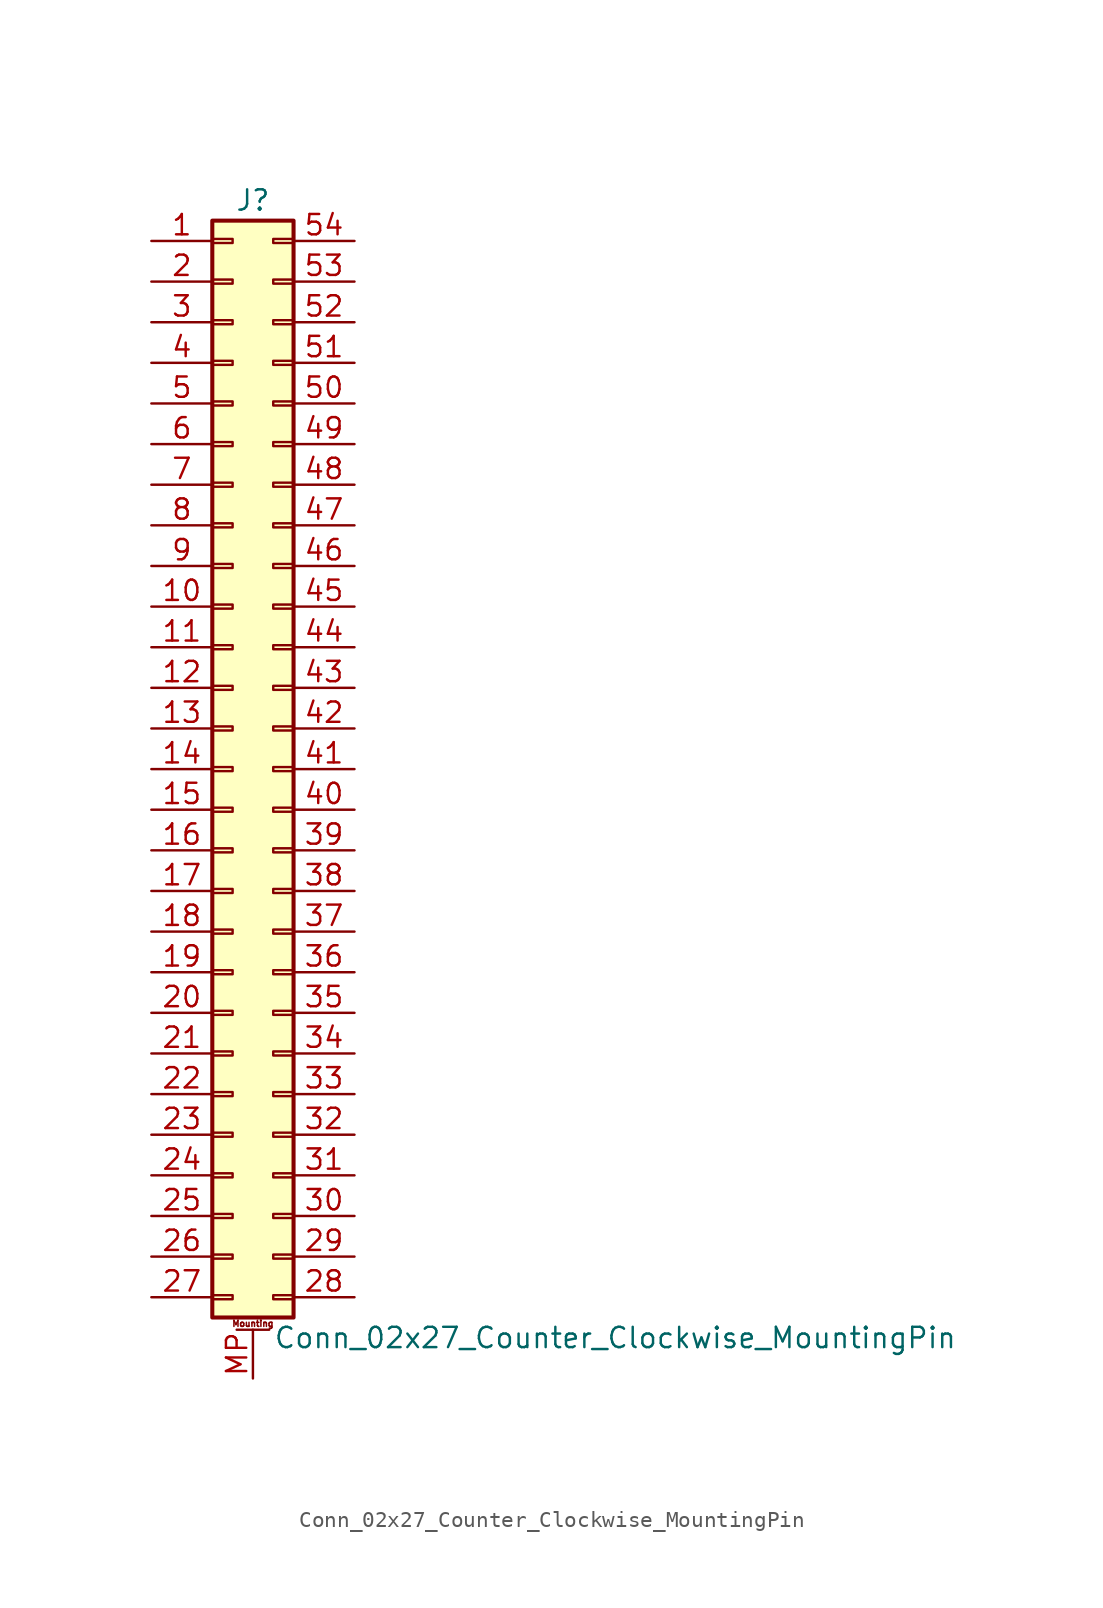
<source format=kicad_sym>
(kicad_symbol_lib
  (version 20201005)
  (generator kicad_symbol_editor)
  (symbol "Connector_Generic_MountingPin:Conn_02x27_Counter_Clockwise_MountingPin"
    (pin_names
      (offset 1.016) hide)
    (property "Reference" "J"
      (at 1.27 35.56 0)
      (effects (font (size 1.27 1.27))))
    (property "Value" "Conn_02x27_Counter_Clockwise_MountingPin"
      (at 2.54 -35.56 0)
      (effects (font (size 1.27 1.27)) (justify left)))
    (symbol "Conn_02x27_Counter_Clockwise_MountingPin_1_1"
      (text "Mounting" (at 1.27 -34.671 0) (effects (font (size 0.381 0.381))))
      (rectangle (start -1.27 -27.813) (end 0 -28.067) (stroke (width 0.152)) (fill (type none)))
      (rectangle (start -1.27 -30.353) (end 0 -30.607) (stroke (width 0.152)) (fill (type none)))
      (rectangle (start -1.27 -32.893) (end 0 -33.147) (stroke (width 0.152)) (fill (type none)))
      (rectangle (start -1.27 -4.953) (end 0 -5.207) (stroke (width 0.152)) (fill (type none)))
      (rectangle (start -1.27 -7.493) (end 0 -7.747) (stroke (width 0.152)) (fill (type none)))
      (rectangle (start -1.27 -10.033) (end 0 -10.287) (stroke (width 0.152)) (fill (type none)))
      (rectangle (start -1.27 -12.573) (end 0 -12.827) (stroke (width 0.152)) (fill (type none)))
      (rectangle (start -1.27 -15.113) (end 0 -15.367) (stroke (width 0.152)) (fill (type none)))
      (rectangle (start -1.27 -17.653) (end 0 -17.907) (stroke (width 0.152)) (fill (type none)))
      (rectangle (start -1.27 -20.193) (end 0 -20.447) (stroke (width 0.152)) (fill (type none)))
      (rectangle (start -1.27 -22.733) (end 0 -22.987) (stroke (width 0.152)) (fill (type none)))
      (rectangle (start -1.27 -2.413) (end 0 -2.667) (stroke (width 0.152)) (fill (type none)))
      (rectangle (start -1.27 -25.273) (end 0 -25.527) (stroke (width 0.152)) (fill (type none)))
      (rectangle (start -1.27 25.527) (end 0 25.273) (stroke (width 0.152)) (fill (type none)))
      (rectangle (start -1.27 2.667) (end 0 2.413) (stroke (width 0.152)) (fill (type none)))
      (rectangle (start -1.27 28.067) (end 0 27.813) (stroke (width 0.152)) (fill (type none)))
      (rectangle (start -1.27 30.607) (end 0 30.353) (stroke (width 0.152)) (fill (type none)))
      (rectangle (start -1.27 33.147) (end 0 32.893) (stroke (width 0.152)) (fill (type none)))
      (rectangle (start -1.27 34.29) (end 3.81 -34.29) (stroke (width 0.254)) (fill (type background)))
      (rectangle (start -1.27 5.207) (end 0 4.953) (stroke (width 0.152)) (fill (type none)))
      (rectangle (start -1.27 7.747) (end 0 7.493) (stroke (width 0.152)) (fill (type none)))
      (rectangle (start -1.27 10.287) (end 0 10.033) (stroke (width 0.152)) (fill (type none)))
      (rectangle (start -1.27 0.127) (end 0 -0.127) (stroke (width 0.152)) (fill (type none)))
      (rectangle (start -1.27 12.827) (end 0 12.573) (stroke (width 0.152)) (fill (type none)))
      (rectangle (start -1.27 15.367) (end 0 15.113) (stroke (width 0.152)) (fill (type none)))
      (rectangle (start -1.27 17.907) (end 0 17.653) (stroke (width 0.152)) (fill (type none)))
      (rectangle (start -1.27 20.447) (end 0 20.193) (stroke (width 0.152)) (fill (type none)))
      (rectangle (start -1.27 22.987) (end 0 22.733) (stroke (width 0.152)) (fill (type none)))
      (rectangle (start 3.81 -27.813) (end 2.54 -28.067) (stroke (width 0.152)) (fill (type none)))
      (rectangle (start 3.81 -30.353) (end 2.54 -30.607) (stroke (width 0.152)) (fill (type none)))
      (rectangle (start 3.81 -32.893) (end 2.54 -33.147) (stroke (width 0.152)) (fill (type none)))
      (rectangle (start 3.81 -4.953) (end 2.54 -5.207) (stroke (width 0.152)) (fill (type none)))
      (rectangle (start 3.81 -7.493) (end 2.54 -7.747) (stroke (width 0.152)) (fill (type none)))
      (rectangle (start 3.81 -10.033) (end 2.54 -10.287) (stroke (width 0.152)) (fill (type none)))
      (rectangle (start 3.81 -12.573) (end 2.54 -12.827) (stroke (width 0.152)) (fill (type none)))
      (rectangle (start 3.81 -15.113) (end 2.54 -15.367) (stroke (width 0.152)) (fill (type none)))
      (rectangle (start 3.81 -17.653) (end 2.54 -17.907) (stroke (width 0.152)) (fill (type none)))
      (rectangle (start 3.81 -20.193) (end 2.54 -20.447) (stroke (width 0.152)) (fill (type none)))
      (rectangle (start 3.81 -22.733) (end 2.54 -22.987) (stroke (width 0.152)) (fill (type none)))
      (rectangle (start 3.81 -2.413) (end 2.54 -2.667) (stroke (width 0.152)) (fill (type none)))
      (rectangle (start 3.81 -25.273) (end 2.54 -25.527) (stroke (width 0.152)) (fill (type none)))
      (rectangle (start 3.81 25.527) (end 2.54 25.273) (stroke (width 0.152)) (fill (type none)))
      (rectangle (start 3.81 2.667) (end 2.54 2.413) (stroke (width 0.152)) (fill (type none)))
      (rectangle (start 3.81 28.067) (end 2.54 27.813) (stroke (width 0.152)) (fill (type none)))
      (rectangle (start 3.81 30.607) (end 2.54 30.353) (stroke (width 0.152)) (fill (type none)))
      (rectangle (start 3.81 33.147) (end 2.54 32.893) (stroke (width 0.152)) (fill (type none)))
      (rectangle (start 3.81 5.207) (end 2.54 4.953) (stroke (width 0.152)) (fill (type none)))
      (rectangle (start 3.81 7.747) (end 2.54 7.493) (stroke (width 0.152)) (fill (type none)))
      (rectangle (start 3.81 10.287) (end 2.54 10.033) (stroke (width 0.152)) (fill (type none)))
      (rectangle (start 3.81 0.127) (end 2.54 -0.127) (stroke (width 0.152)) (fill (type none)))
      (rectangle (start 3.81 12.827) (end 2.54 12.573) (stroke (width 0.152)) (fill (type none)))
      (rectangle (start 3.81 15.367) (end 2.54 15.113) (stroke (width 0.152)) (fill (type none)))
      (rectangle (start 3.81 17.907) (end 2.54 17.653) (stroke (width 0.152)) (fill (type none)))
      (rectangle (start 3.81 20.447) (end 2.54 20.193) (stroke (width 0.152)) (fill (type none)))
      (rectangle (start 3.81 22.987) (end 2.54 22.733) (stroke (width 0.152)) (fill (type none)))
      (polyline (pts (xy 0.254 -35.052) (xy 2.286 -35.052)) (stroke (width 0.152)) (fill (type none)))
      (pin passive line (at 1.27 -38.1 90) (length 3.048) (name "MountPin" (effects (font (size 1.27 1.27)))) (number "MP" (effects (font (size 1.27 1.27)))))
      (pin passive line (at -5.08 33.02 0) (length 3.81) (name "Pin_1" (effects (font (size 1.27 1.27)))) (number "1" (effects (font (size 1.27 1.27)))))
      (pin passive line (at -5.08 10.16 0) (length 3.81) (name "Pin_10" (effects (font (size 1.27 1.27)))) (number "10" (effects (font (size 1.27 1.27)))))
      (pin passive line (at -5.08 7.62 0) (length 3.81) (name "Pin_11" (effects (font (size 1.27 1.27)))) (number "11" (effects (font (size 1.27 1.27)))))
      (pin passive line (at -5.08 5.08 0) (length 3.81) (name "Pin_12" (effects (font (size 1.27 1.27)))) (number "12" (effects (font (size 1.27 1.27)))))
      (pin passive line (at -5.08 2.54 0) (length 3.81) (name "Pin_13" (effects (font (size 1.27 1.27)))) (number "13" (effects (font (size 1.27 1.27)))))
      (pin passive line (at -5.08 0 0) (length 3.81) (name "Pin_14" (effects (font (size 1.27 1.27)))) (number "14" (effects (font (size 1.27 1.27)))))
      (pin passive line (at -5.08 -2.54 0) (length 3.81) (name "Pin_15" (effects (font (size 1.27 1.27)))) (number "15" (effects (font (size 1.27 1.27)))))
      (pin passive line (at -5.08 -5.08 0) (length 3.81) (name "Pin_16" (effects (font (size 1.27 1.27)))) (number "16" (effects (font (size 1.27 1.27)))))
      (pin passive line (at -5.08 -7.62 0) (length 3.81) (name "Pin_17" (effects (font (size 1.27 1.27)))) (number "17" (effects (font (size 1.27 1.27)))))
      (pin passive line (at -5.08 -10.16 0) (length 3.81) (name "Pin_18" (effects (font (size 1.27 1.27)))) (number "18" (effects (font (size 1.27 1.27)))))
      (pin passive line (at -5.08 -12.7 0) (length 3.81) (name "Pin_19" (effects (font (size 1.27 1.27)))) (number "19" (effects (font (size 1.27 1.27)))))
      (pin passive line (at -5.08 30.48 0) (length 3.81) (name "Pin_2" (effects (font (size 1.27 1.27)))) (number "2" (effects (font (size 1.27 1.27)))))
      (pin passive line (at -5.08 -15.24 0) (length 3.81) (name "Pin_20" (effects (font (size 1.27 1.27)))) (number "20" (effects (font (size 1.27 1.27)))))
      (pin passive line (at -5.08 -17.78 0) (length 3.81) (name "Pin_21" (effects (font (size 1.27 1.27)))) (number "21" (effects (font (size 1.27 1.27)))))
      (pin passive line (at -5.08 -20.32 0) (length 3.81) (name "Pin_22" (effects (font (size 1.27 1.27)))) (number "22" (effects (font (size 1.27 1.27)))))
      (pin passive line (at -5.08 -22.86 0) (length 3.81) (name "Pin_23" (effects (font (size 1.27 1.27)))) (number "23" (effects (font (size 1.27 1.27)))))
      (pin passive line (at -5.08 -25.4 0) (length 3.81) (name "Pin_24" (effects (font (size 1.27 1.27)))) (number "24" (effects (font (size 1.27 1.27)))))
      (pin passive line (at -5.08 -27.94 0) (length 3.81) (name "Pin_25" (effects (font (size 1.27 1.27)))) (number "25" (effects (font (size 1.27 1.27)))))
      (pin passive line (at -5.08 -30.48 0) (length 3.81) (name "Pin_26" (effects (font (size 1.27 1.27)))) (number "26" (effects (font (size 1.27 1.27)))))
      (pin passive line (at -5.08 -33.02 0) (length 3.81) (name "Pin_27" (effects (font (size 1.27 1.27)))) (number "27" (effects (font (size 1.27 1.27)))))
      (pin passive line (at 7.62 -33.02 180) (length 3.81) (name "Pin_28" (effects (font (size 1.27 1.27)))) (number "28" (effects (font (size 1.27 1.27)))))
      (pin passive line (at 7.62 -30.48 180) (length 3.81) (name "Pin_29" (effects (font (size 1.27 1.27)))) (number "29" (effects (font (size 1.27 1.27)))))
      (pin passive line (at -5.08 27.94 0) (length 3.81) (name "Pin_3" (effects (font (size 1.27 1.27)))) (number "3" (effects (font (size 1.27 1.27)))))
      (pin passive line (at 7.62 -27.94 180) (length 3.81) (name "Pin_30" (effects (font (size 1.27 1.27)))) (number "30" (effects (font (size 1.27 1.27)))))
      (pin passive line (at 7.62 -25.4 180) (length 3.81) (name "Pin_31" (effects (font (size 1.27 1.27)))) (number "31" (effects (font (size 1.27 1.27)))))
      (pin passive line (at 7.62 -22.86 180) (length 3.81) (name "Pin_32" (effects (font (size 1.27 1.27)))) (number "32" (effects (font (size 1.27 1.27)))))
      (pin passive line (at 7.62 -20.32 180) (length 3.81) (name "Pin_33" (effects (font (size 1.27 1.27)))) (number "33" (effects (font (size 1.27 1.27)))))
      (pin passive line (at 7.62 -17.78 180) (length 3.81) (name "Pin_34" (effects (font (size 1.27 1.27)))) (number "34" (effects (font (size 1.27 1.27)))))
      (pin passive line (at 7.62 -15.24 180) (length 3.81) (name "Pin_35" (effects (font (size 1.27 1.27)))) (number "35" (effects (font (size 1.27 1.27)))))
      (pin passive line (at 7.62 -12.7 180) (length 3.81) (name "Pin_36" (effects (font (size 1.27 1.27)))) (number "36" (effects (font (size 1.27 1.27)))))
      (pin passive line (at 7.62 -10.16 180) (length 3.81) (name "Pin_37" (effects (font (size 1.27 1.27)))) (number "37" (effects (font (size 1.27 1.27)))))
      (pin passive line (at 7.62 -7.62 180) (length 3.81) (name "Pin_38" (effects (font (size 1.27 1.27)))) (number "38" (effects (font (size 1.27 1.27)))))
      (pin passive line (at 7.62 -5.08 180) (length 3.81) (name "Pin_39" (effects (font (size 1.27 1.27)))) (number "39" (effects (font (size 1.27 1.27)))))
      (pin passive line (at -5.08 25.4 0) (length 3.81) (name "Pin_4" (effects (font (size 1.27 1.27)))) (number "4" (effects (font (size 1.27 1.27)))))
      (pin passive line (at 7.62 -2.54 180) (length 3.81) (name "Pin_40" (effects (font (size 1.27 1.27)))) (number "40" (effects (font (size 1.27 1.27)))))
      (pin passive line (at 7.62 0 180) (length 3.81) (name "Pin_41" (effects (font (size 1.27 1.27)))) (number "41" (effects (font (size 1.27 1.27)))))
      (pin passive line (at 7.62 2.54 180) (length 3.81) (name "Pin_42" (effects (font (size 1.27 1.27)))) (number "42" (effects (font (size 1.27 1.27)))))
      (pin passive line (at 7.62 5.08 180) (length 3.81) (name "Pin_43" (effects (font (size 1.27 1.27)))) (number "43" (effects (font (size 1.27 1.27)))))
      (pin passive line (at 7.62 7.62 180) (length 3.81) (name "Pin_44" (effects (font (size 1.27 1.27)))) (number "44" (effects (font (size 1.27 1.27)))))
      (pin passive line (at 7.62 10.16 180) (length 3.81) (name "Pin_45" (effects (font (size 1.27 1.27)))) (number "45" (effects (font (size 1.27 1.27)))))
      (pin passive line (at 7.62 12.7 180) (length 3.81) (name "Pin_46" (effects (font (size 1.27 1.27)))) (number "46" (effects (font (size 1.27 1.27)))))
      (pin passive line (at 7.62 15.24 180) (length 3.81) (name "Pin_47" (effects (font (size 1.27 1.27)))) (number "47" (effects (font (size 1.27 1.27)))))
      (pin passive line (at 7.62 17.78 180) (length 3.81) (name "Pin_48" (effects (font (size 1.27 1.27)))) (number "48" (effects (font (size 1.27 1.27)))))
      (pin passive line (at 7.62 20.32 180) (length 3.81) (name "Pin_49" (effects (font (size 1.27 1.27)))) (number "49" (effects (font (size 1.27 1.27)))))
      (pin passive line (at -5.08 22.86 0) (length 3.81) (name "Pin_5" (effects (font (size 1.27 1.27)))) (number "5" (effects (font (size 1.27 1.27)))))
      (pin passive line (at 7.62 22.86 180) (length 3.81) (name "Pin_50" (effects (font (size 1.27 1.27)))) (number "50" (effects (font (size 1.27 1.27)))))
      (pin passive line (at 7.62 25.4 180) (length 3.81) (name "Pin_51" (effects (font (size 1.27 1.27)))) (number "51" (effects (font (size 1.27 1.27)))))
      (pin passive line (at 7.62 27.94 180) (length 3.81) (name "Pin_52" (effects (font (size 1.27 1.27)))) (number "52" (effects (font (size 1.27 1.27)))))
      (pin passive line (at 7.62 30.48 180) (length 3.81) (name "Pin_53" (effects (font (size 1.27 1.27)))) (number "53" (effects (font (size 1.27 1.27)))))
      (pin passive line (at 7.62 33.02 180) (length 3.81) (name "Pin_54" (effects (font (size 1.27 1.27)))) (number "54" (effects (font (size 1.27 1.27)))))
      (pin passive line (at -5.08 20.32 0) (length 3.81) (name "Pin_6" (effects (font (size 1.27 1.27)))) (number "6" (effects (font (size 1.27 1.27)))))
      (pin passive line (at -5.08 17.78 0) (length 3.81) (name "Pin_7" (effects (font (size 1.27 1.27)))) (number "7" (effects (font (size 1.27 1.27)))))
      (pin passive line (at -5.08 15.24 0) (length 3.81) (name "Pin_8" (effects (font (size 1.27 1.27)))) (number "8" (effects (font (size 1.27 1.27)))))
      (pin passive line (at -5.08 12.7 0) (length 3.81) (name "Pin_9" (effects (font (size 1.27 1.27)))) (number "9" (effects (font (size 1.27 1.27))))))))
</source>
